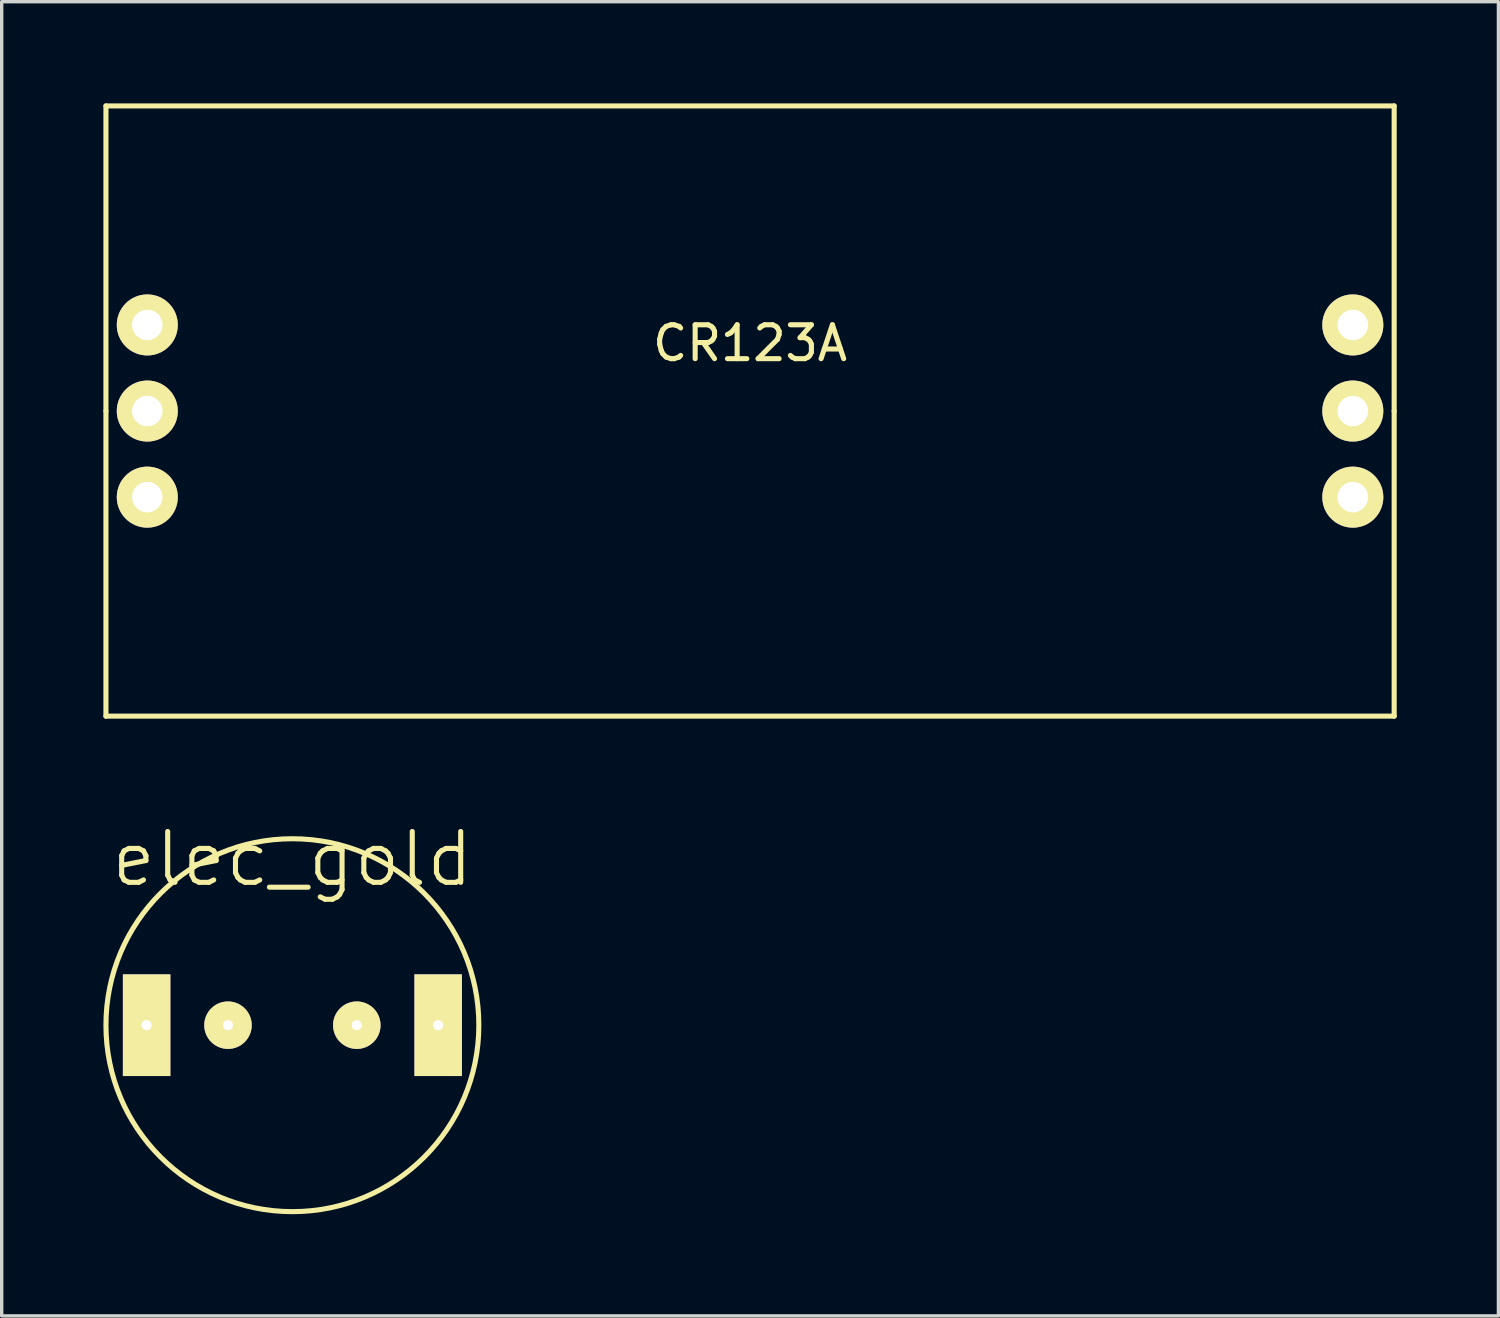
<source format=kicad_pcb>
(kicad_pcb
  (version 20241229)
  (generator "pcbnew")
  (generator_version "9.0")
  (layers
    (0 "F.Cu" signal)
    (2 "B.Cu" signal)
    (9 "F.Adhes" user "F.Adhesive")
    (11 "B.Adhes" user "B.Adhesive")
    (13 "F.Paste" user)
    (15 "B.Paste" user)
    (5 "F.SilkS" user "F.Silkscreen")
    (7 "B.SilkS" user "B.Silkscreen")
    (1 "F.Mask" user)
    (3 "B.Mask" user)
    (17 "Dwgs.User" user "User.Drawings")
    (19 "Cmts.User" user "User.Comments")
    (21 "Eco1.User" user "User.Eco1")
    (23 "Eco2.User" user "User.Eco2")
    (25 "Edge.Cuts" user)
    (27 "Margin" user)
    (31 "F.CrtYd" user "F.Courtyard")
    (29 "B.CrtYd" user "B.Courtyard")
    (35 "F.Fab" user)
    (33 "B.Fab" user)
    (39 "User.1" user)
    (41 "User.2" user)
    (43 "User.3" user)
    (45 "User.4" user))
  (footprint "elec_gold"
    (layer "F.Cu")
    (at 5.575 27.191)
    (property "Reference" "elec_gold" (at 0 -4.9 0) (layer "F.SilkS") (effects (font (size 1.5 1.5) (thickness 0.15))))
    (attr through_hole)
    (fp_circle (center 0 0) (end -5.5 0) (stroke (width 0.15) (type solid)) (fill no) (layer "F.SilkS"))
    (pad "1" thru_hole rect (at -4.3 0) (size 1.4 3) (drill 0.3) (layers "*.Cu" "*.Mask" "F.SilkS"))
    (pad "2" thru_hole circle (at -1.9 0) (size 1.4 1.4) (drill 0.3) (layers "*.Cu" "*.Mask" "F.SilkS"))
    (pad "3" thru_hole circle (at 1.9 0) (size 1.4 1.4) (drill 0.3) (layers "*.Cu" "*.Mask" "F.SilkS"))
    (pad "4" thru_hole rect (at 4.3 0) (size 1.4 3) (drill 0.3) (layers "*.Cu" "*.Mask" "F.SilkS")))
  (footprint "CR123A"
    (layer "F.Cu")
    (at 19.075 9.075)
    (property "Reference" "CR123A" (at 0 -2 0) (layer "F.SilkS") (effects (font (size 1 1) (thickness 0.15))))
    (attr through_hole)
    (fp_line (start -19 -9) (end 19 -9) (stroke (width 0.15) (type solid)) (layer "F.SilkS"))
    (fp_line (start -19 0) (end -19 -9) (stroke (width 0.15) (type solid)) (layer "F.SilkS"))
    (fp_line (start -19 9) (end -19 0) (stroke (width 0.15) (type solid)) (layer "F.SilkS"))
    (fp_line (start 19 -9) (end 19 0) (stroke (width 0.15) (type solid)) (layer "F.SilkS"))
    (fp_line (start 19 0) (end 19 9) (stroke (width 0.15) (type solid)) (layer "F.SilkS"))
    (fp_line (start 19 9) (end -19 9) (stroke (width 0.15) (type solid)) (layer "F.SilkS"))
    (pad "1" thru_hole circle (at -17.78 -2.54) (size 1.8 1.8) (drill 0.9) (layers "*.Cu" "*.Mask" "F.SilkS"))
    (pad "1" thru_hole circle (at -17.78 0) (size 1.8 1.8) (drill 0.9) (layers "*.Cu" "*.Mask" "F.SilkS"))
    (pad "1" thru_hole circle (at -17.78 2.54) (size 1.8 1.8) (drill 0.9) (layers "*.Cu" "*.Mask" "F.SilkS"))
    (pad "2" thru_hole circle (at 17.78 -2.54) (size 1.8 1.8) (drill 0.9) (layers "*.Cu" "*.Mask" "F.SilkS"))
    (pad "2" thru_hole circle (at 17.78 0) (size 1.8 1.8) (drill 0.9) (layers "*.Cu" "*.Mask" "F.SilkS"))
    (pad "2" thru_hole circle (at 17.78 2.54) (size 1.8 1.8) (drill 0.9) (layers "*.Cu" "*.Mask" "F.SilkS")))
  (gr_rect
    (start -3 -3)
    (end 41.15 35.766)
    (stroke (width 0.1) (type default))
    (fill no)
    (layer "Edge.Cuts")))
</source>
